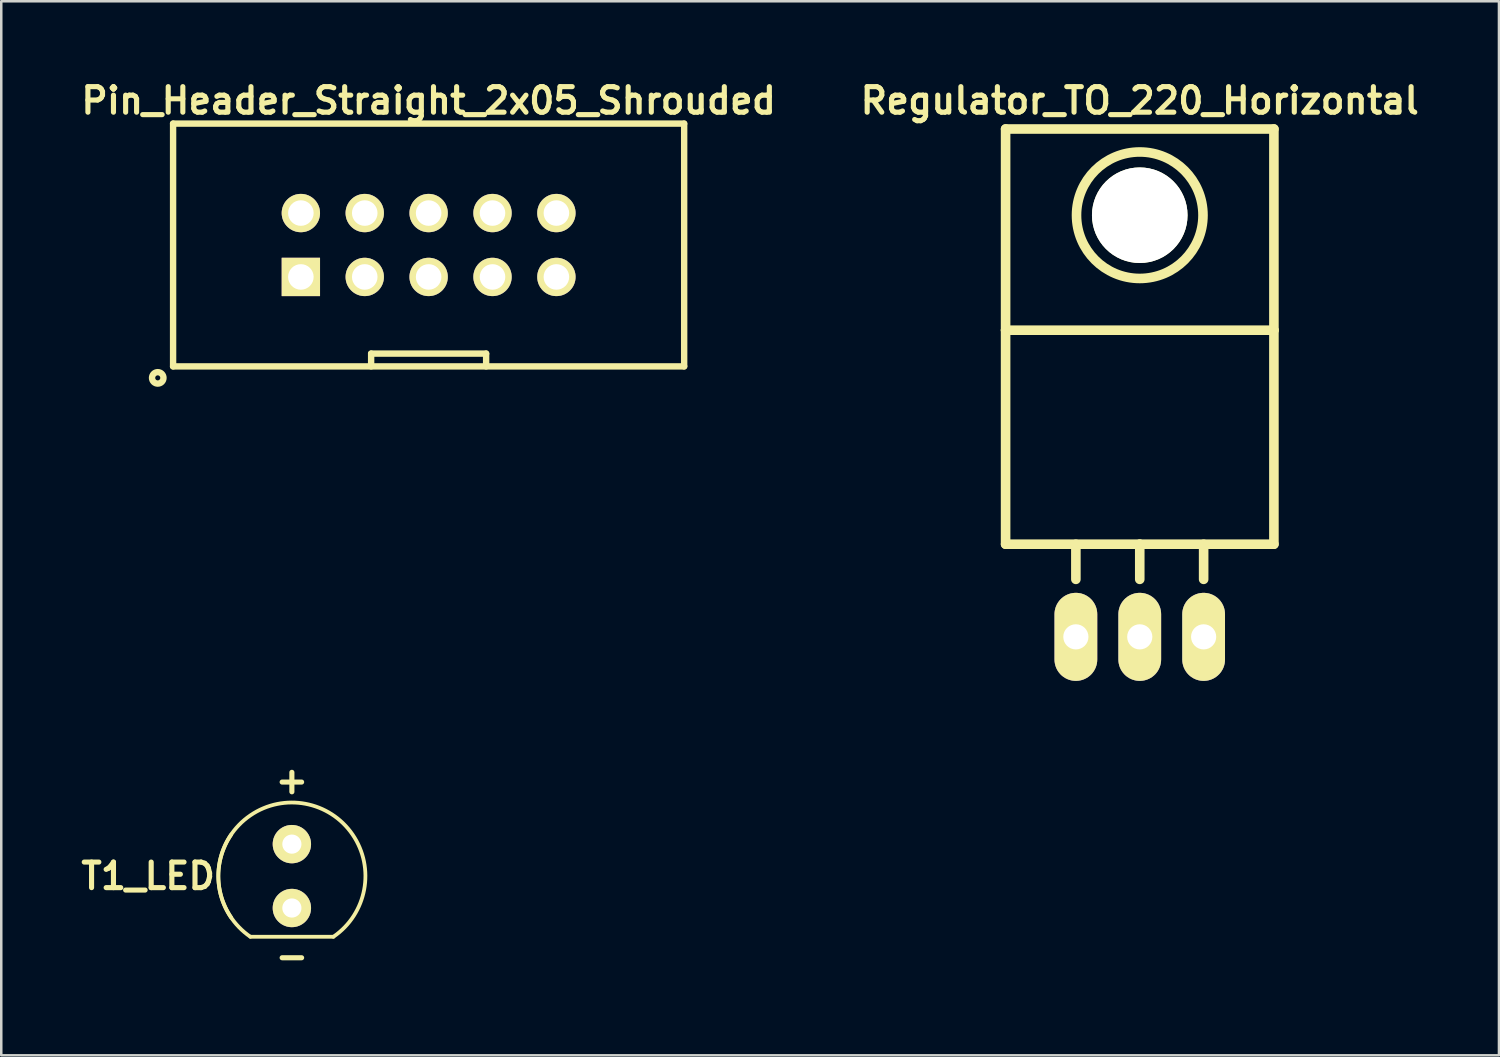
<source format=kicad_pcb>
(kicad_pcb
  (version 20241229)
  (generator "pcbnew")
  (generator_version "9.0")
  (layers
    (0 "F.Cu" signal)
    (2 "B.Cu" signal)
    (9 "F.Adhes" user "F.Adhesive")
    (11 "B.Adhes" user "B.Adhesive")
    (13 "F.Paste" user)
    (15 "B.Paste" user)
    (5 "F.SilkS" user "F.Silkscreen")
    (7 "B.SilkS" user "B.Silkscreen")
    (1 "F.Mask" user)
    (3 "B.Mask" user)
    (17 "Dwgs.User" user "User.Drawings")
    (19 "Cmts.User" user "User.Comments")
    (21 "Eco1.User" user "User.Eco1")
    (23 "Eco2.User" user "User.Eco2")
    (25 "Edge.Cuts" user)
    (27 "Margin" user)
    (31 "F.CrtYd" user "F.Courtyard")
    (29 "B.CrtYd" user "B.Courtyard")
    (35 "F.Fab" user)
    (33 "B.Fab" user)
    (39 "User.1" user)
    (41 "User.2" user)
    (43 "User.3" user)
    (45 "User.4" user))
  (footprint "T1_LED"
    (layer "F.Cu")
    (at 8.555 31.782)
    (property "Reference" "T1_LED" (at -5.715 0 0) (layer "F.SilkS") (effects (font (size 1.016 1.016) (thickness 0.203))))
    (attr through_hole)
    (fp_line (start -1.651 2.413) (end 1.651 2.413) (stroke (width 0.15) (type solid)) (layer "F.SilkS"))
    (fp_arc (start -2.413 1.651) (mid 0.538815 -2.873682) (end 1.651 2.413) (stroke (width 0.15) (type solid)) (layer "F.SilkS"))
    (fp_arc (start -1.651 2.413) (mid -2.873682 0.538815) (end -2.413 -1.651) (stroke (width 0.15) (type solid)) (layer "F.SilkS"))
    (fp_text user "-" (at 0 3.175 0) (layer "F.SilkS") (effects (font (size 1.016 1.016) (thickness 0.203))))
    (fp_text user "+" (at 0 -3.81 0) (layer "F.SilkS") (effects (font (size 1.016 1.016) (thickness 0.203))))
    (pad "+" thru_hole circle (at 0 -1.27) (size 1.524 1.524) (drill 0.762) (layers "*.Cu" "*.Mask" "F.SilkS"))
    (pad "-" thru_hole circle (at 0 1.27) (size 1.524 1.524) (drill 0.762) (layers "*.Cu" "*.Mask" "F.SilkS")))
  (footprint "Pin_Header_Straight_2x05_Shrouded"
    (layer "F.Cu")
    (at 13.992 6.691)
    (property "Reference" "Pin_Header_Straight_2x05_Shrouded" (at 0 -5.74 180) (layer "F.SilkS") (effects (font (size 1.016 1.016) (thickness 0.203))))
    (attr through_hole)
    (fp_line (start -10.16 -4.826) (end 10.16 -4.826) (stroke (width 0.254) (type solid)) (layer "F.SilkS"))
    (fp_line (start -10.16 4.826) (end -10.16 -4.826) (stroke (width 0.254) (type solid)) (layer "F.SilkS"))
    (fp_line (start -2.286 4.318) (end -2.286 4.826) (stroke (width 0.254) (type solid)) (layer "F.SilkS"))
    (fp_line (start 2.286 4.318) (end -2.286 4.318) (stroke (width 0.254) (type solid)) (layer "F.SilkS"))
    (fp_line (start 2.286 4.826) (end 2.286 4.318) (stroke (width 0.254) (type solid)) (layer "F.SilkS"))
    (fp_line (start 10.16 -4.826) (end 10.16 4.826) (stroke (width 0.254) (type solid)) (layer "F.SilkS"))
    (fp_line (start 10.16 4.826) (end -10.16 4.826) (stroke (width 0.254) (type solid)) (layer "F.SilkS"))
    (fp_circle (center -10.77 5.283) (end -10.566 5.182) (stroke (width 0.254) (type solid)) (fill no) (layer "F.SilkS"))
    (pad "1" thru_hole rect (at -5.08 1.27) (size 1.524 1.524) (drill 1.016) (layers "*.Cu" "*.Mask" "F.SilkS"))
    (pad "2" thru_hole circle (at -5.08 -1.27) (size 1.524 1.524) (drill 1.016) (layers "*.Cu" "*.Mask" "F.SilkS"))
    (pad "3" thru_hole circle (at -2.54 1.27) (size 1.524 1.524) (drill 1.016) (layers "*.Cu" "*.Mask" "F.SilkS"))
    (pad "4" thru_hole circle (at -2.54 -1.27) (size 1.524 1.524) (drill 1.016) (layers "*.Cu" "*.Mask" "F.SilkS"))
    (pad "5" thru_hole circle (at 0 1.27) (size 1.524 1.524) (drill 1.016) (layers "*.Cu" "*.Mask" "F.SilkS"))
    (pad "6" thru_hole circle (at 0 -1.27) (size 1.524 1.524) (drill 1.016) (layers "*.Cu" "*.Mask" "F.SilkS"))
    (pad "7" thru_hole circle (at 2.54 1.27) (size 1.524 1.524) (drill 1.016) (layers "*.Cu" "*.Mask" "F.SilkS"))
    (pad "8" thru_hole circle (at 2.54 -1.27) (size 1.524 1.524) (drill 1.016) (layers "*.Cu" "*.Mask" "F.SilkS"))
    (pad "9" thru_hole circle (at 5.08 1.27) (size 1.524 1.524) (drill 1.016) (layers "*.Cu" "*.Mask" "F.SilkS"))
    (pad "10" thru_hole circle (at 5.08 -1.27) (size 1.524 1.524) (drill 1.016) (layers "*.Cu" "*.Mask" "F.SilkS")))
  (footprint "Regulator_TO_220_Horizontal"
    (layer "F.Cu")
    (at 42.266 22.271)
    (property "Reference" "Regulator_TO_220_Horizontal" (at 0 -21.32 0) (layer "F.SilkS") (effects (font (size 1.016 1.016) (thickness 0.203))))
    (attr through_hole)
    (fp_line (start -5.334 -20.193) (end -5.334 -12.192) (stroke (width 0.381) (type solid)) (layer "F.SilkS"))
    (fp_line (start -5.334 -12.192) (end -5.334 -3.683) (stroke (width 0.381) (type solid)) (layer "F.SilkS"))
    (fp_line (start -2.54 -3.683) (end -2.54 -2.286) (stroke (width 0.381) (type solid)) (layer "F.SilkS"))
    (fp_line (start 0 -3.683) (end -5.334 -3.683) (stroke (width 0.381) (type solid)) (layer "F.SilkS"))
    (fp_line (start 0 -3.683) (end 0 -2.286) (stroke (width 0.381) (type solid)) (layer "F.SilkS"))
    (fp_line (start 0 -3.683) (end 5.334 -3.683) (stroke (width 0.381) (type solid)) (layer "F.SilkS"))
    (fp_line (start 2.54 -3.683) (end 2.54 -2.286) (stroke (width 0.381) (type solid)) (layer "F.SilkS"))
    (fp_line (start 5.334 -20.193) (end -5.334 -20.193) (stroke (width 0.381) (type solid)) (layer "F.SilkS"))
    (fp_line (start 5.334 -12.192) (end -5.334 -12.192) (stroke (width 0.381) (type solid)) (layer "F.SilkS"))
    (fp_line (start 5.334 -12.192) (end 5.334 -20.193) (stroke (width 0.381) (type solid)) (layer "F.SilkS"))
    (fp_line (start 5.334 -3.683) (end 5.334 -12.192) (stroke (width 0.381) (type solid)) (layer "F.SilkS"))
    (fp_circle (center 0 -16.764) (end 1.778 -14.986) (stroke (width 0.381) (type solid)) (fill no) (layer "F.SilkS"))
    (pad "" np_thru_hole circle (at 0 -16.764 90) (size 3.8 3.8) (drill 3.8) (layers "*.Cu" "*.Mask" "F.SilkS"))
    (pad "1" thru_hole oval (at -2.54 0 90) (size 3.5 1.699) (drill 1.001) (layers "*.Cu" "*.Mask" "F.SilkS"))
    (pad "2" thru_hole oval (at 0 0 90) (size 3.5 1.699) (drill 1.001) (layers "*.Cu" "*.Mask" "F.SilkS"))
    (pad "3" thru_hole oval (at 2.54 0 90) (size 3.5 1.699) (drill 1.001) (layers "*.Cu" "*.Mask" "F.SilkS")))
  (gr_rect
    (start -3 -3)
    (end 56.548 38.908)
    (stroke (width 0.1) (type default))
    (fill no)
    (layer "Edge.Cuts")))
</source>
